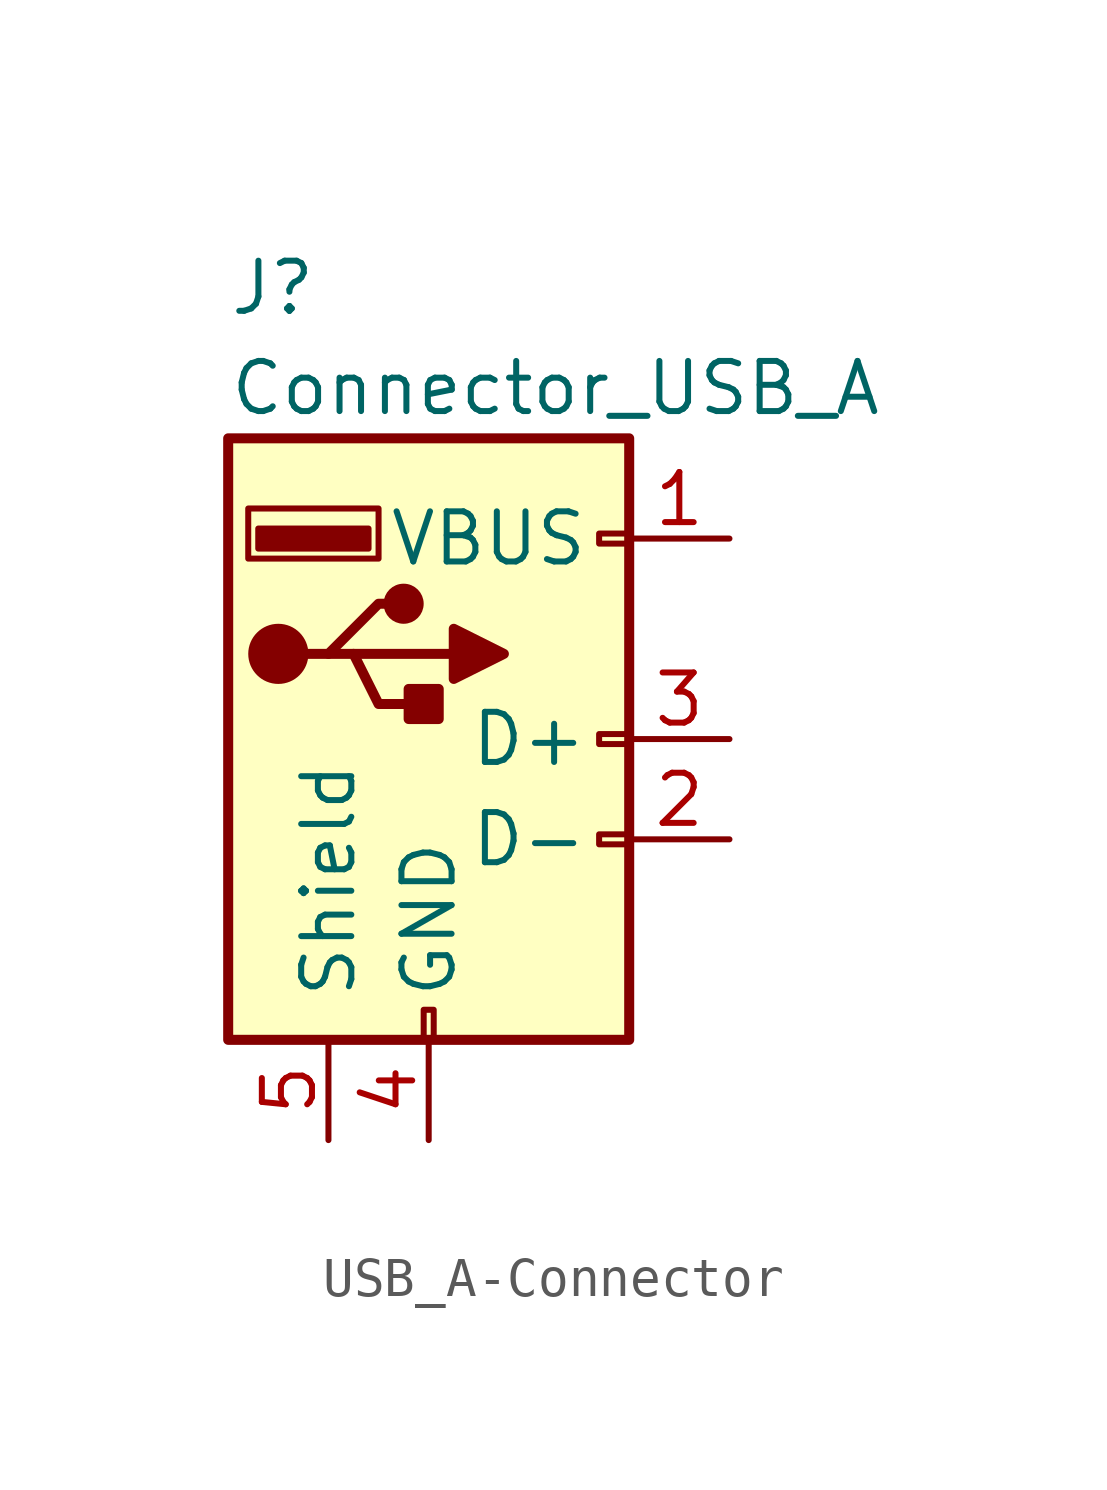
<source format=kicad_sym>
(kicad_symbol_lib
  (version 20220914)
  (generator kicad_symbol_editor)
  (symbol "USB_A-Connector"
    (pin_names
      (offset 1.016))
    (property "Reference" "J"
      (at -5.08 11.43 0)
      (effects (font (size 1.27 1.27)) (justify left)))
    (property "Value" "Connector_USB_A"
      (at -5.08 8.89 0)
      (effects (font (size 1.27 1.27)) (justify left)))
    (symbol "USB_A-Connector_0_1"
      (rectangle (start -5.08 -7.62) (end 5.08 7.62) (stroke (width 0.254) (type solid)) (fill (type background)))
      (circle (center -3.81 2.159) (radius 0.635) (stroke (width 0.254) (type solid)) (fill (type outline)))
      (rectangle (start -1.524 4.826) (end -4.318 5.334) (stroke (width 0) (type solid)) (fill (type outline)))
      (rectangle (start -1.27 4.572) (end -4.572 5.842) (stroke (width 0) (type solid)) (fill (type none)))
      (circle (center -0.635 3.429) (radius 0.381) (stroke (width 0.254) (type solid)) (fill (type outline)))
      (rectangle (start -0.127 -7.62) (end 0.127 -6.858) (stroke (width 0) (type solid)) (fill (type none)))
      (polyline (pts (xy -3.175 2.159) (xy -2.54 2.159) (xy -1.27 3.429) (xy -0.635 3.429)) (stroke (width 0.254) (type solid)) (fill (type none)))
      (polyline (pts (xy -2.54 2.159) (xy -1.905 2.159) (xy -1.27 0.889) (xy 0 0.889)) (stroke (width 0.254) (type solid)) (fill (type none)))
      (polyline (pts (xy 0.635 2.794) (xy 0.635 1.524) (xy 1.905 2.159) (xy 0.635 2.794)) (stroke (width 0.254) (type solid)) (fill (type outline)))
      (rectangle (start 0.254 1.27) (end -0.508 0.508) (stroke (width 0.254) (type solid)) (fill (type outline)))
      (rectangle (start 5.08 -2.667) (end 4.318 -2.413) (stroke (width 0) (type solid)) (fill (type none)))
      (rectangle (start 5.08 -0.127) (end 4.318 0.127) (stroke (width 0) (type solid)) (fill (type none)))
      (rectangle (start 5.08 4.953) (end 4.318 5.207) (stroke (width 0) (type solid)) (fill (type none))))
    (symbol "USB_A-Connector_1_1"
      (polyline (pts (xy -1.905 2.159) (xy 0.635 2.159)) (stroke (width 0.254) (type solid)) (fill (type none)))
      (pin power_in line (at 7.62 5.08 180) (length 2.54) (name "VBUS" (effects (font (size 1.27 1.27)))) (number "1" (effects (font (size 1.27 1.27)))))
      (pin passive line (at 7.62 -2.54 180) (length 2.54) (name "D-" (effects (font (size 1.27 1.27)))) (number "2" (effects (font (size 1.27 1.27)))))
      (pin passive line (at 7.62 0 180) (length 2.54) (name "D+" (effects (font (size 1.27 1.27)))) (number "3" (effects (font (size 1.27 1.27)))))
      (pin power_in line (at 0 -10.16 90) (length 2.54) (name "GND" (effects (font (size 1.27 1.27)))) (number "4" (effects (font (size 1.27 1.27)))))
      (pin passive line (at -2.54 -10.16 90) (length 2.54) (name "Shield" (effects (font (size 1.27 1.27)))) (number "5" (effects (font (size 1.27 1.27))))))))
</source>
